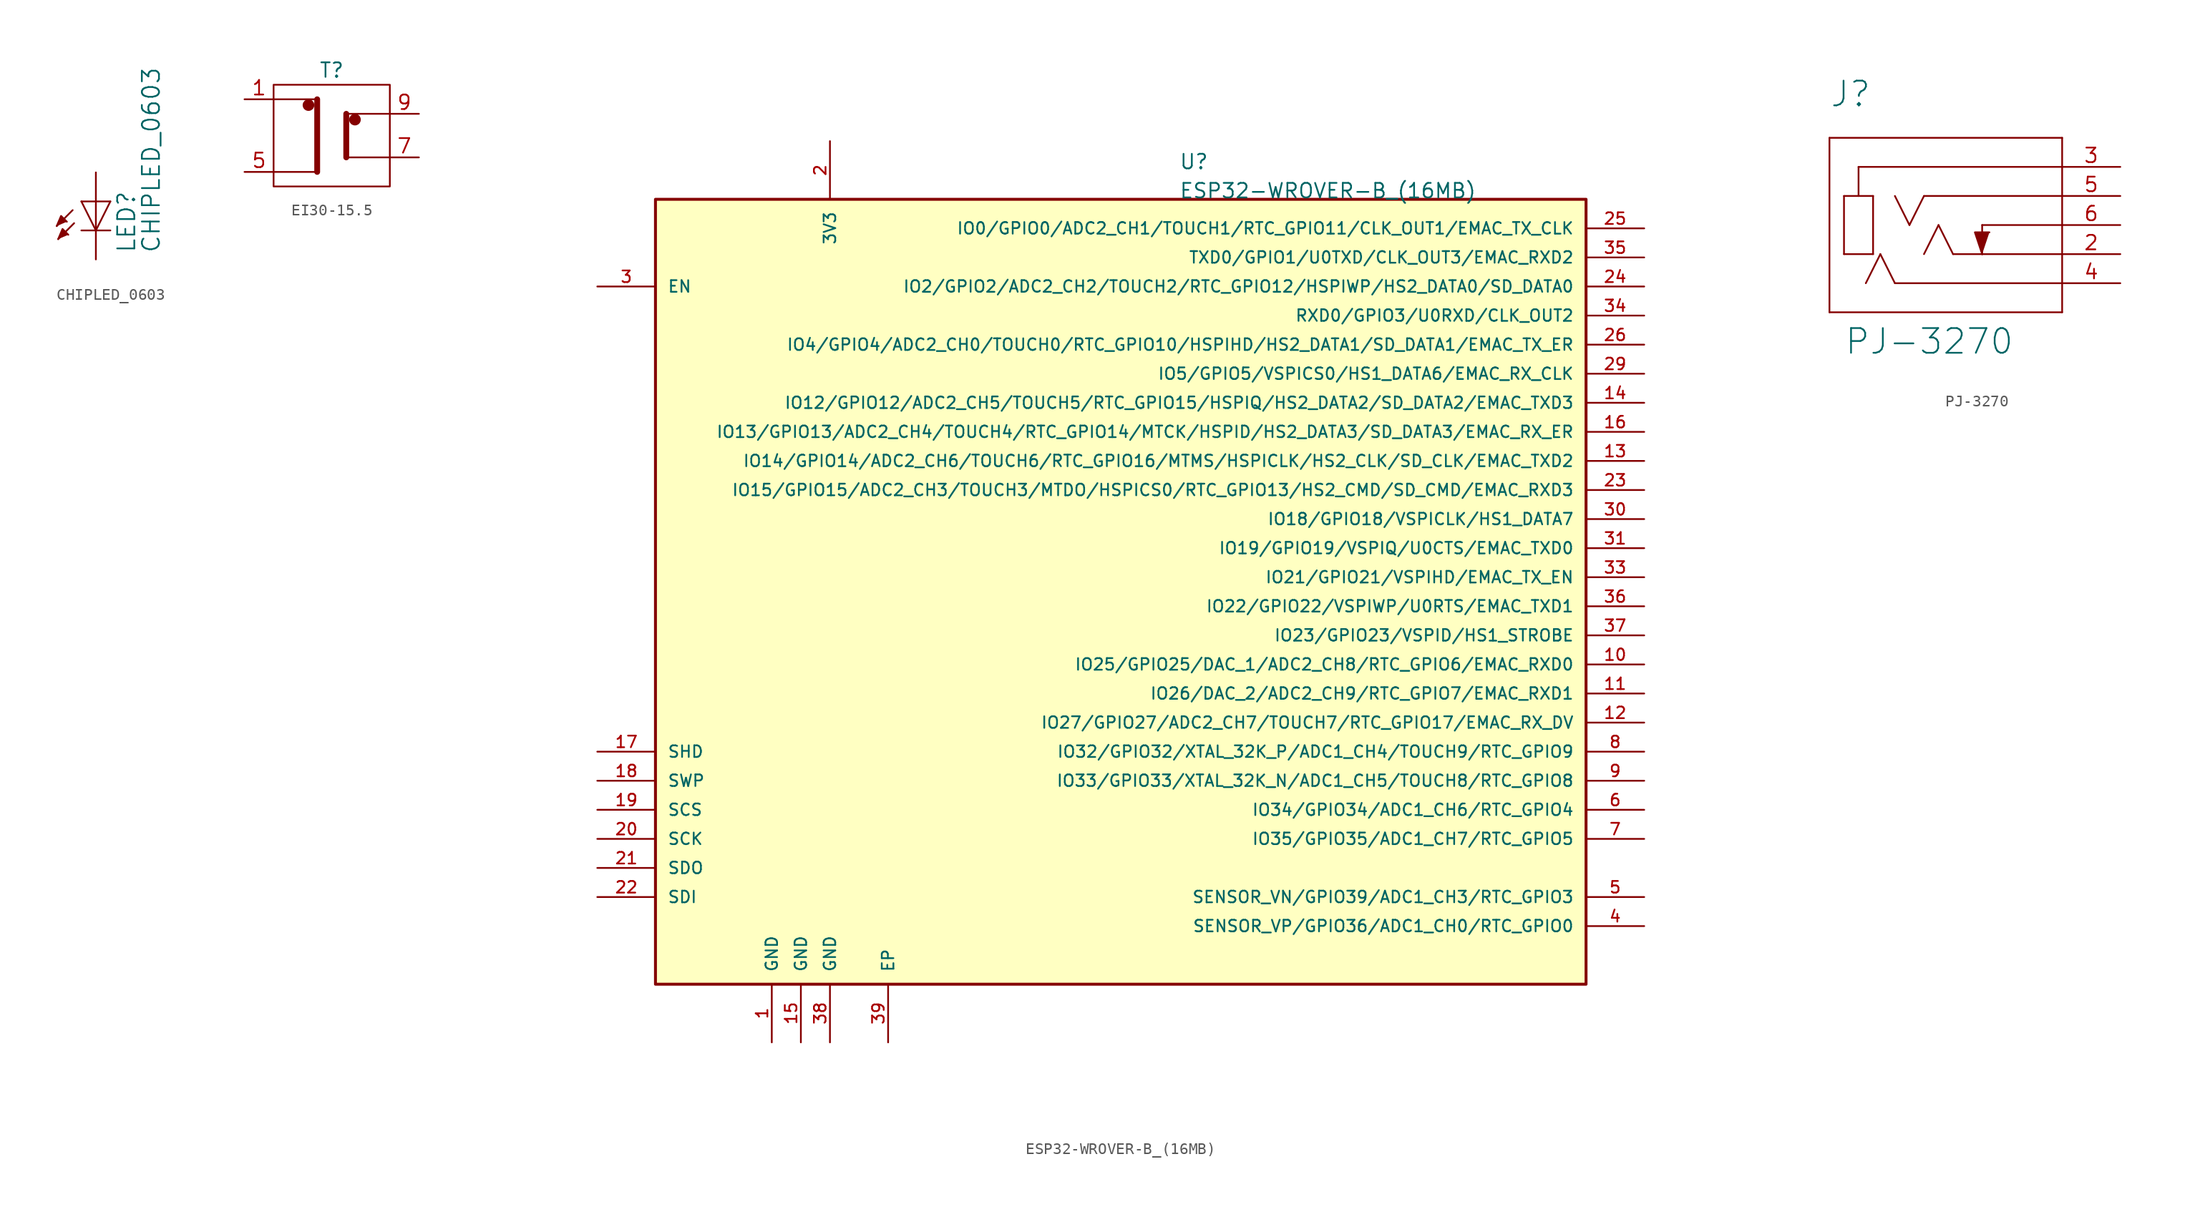
<source format=kicad_sym>
(kicad_symbol_lib
  (version 20220914)
  (generator kicad_symbol_editor)
  (symbol "CHIPLED_0603"
    (pin_names
      (offset 1.016))
    (property "Reference" "LED"
      (at 3.556 -4.572 90)
      (effects (font (size 1.499 1.499)) (justify left bottom)))
    (property "Value" "CHIPLED_0603"
      (at 5.715 -4.572 90)
      (effects (font (size 1.499 1.499)) (justify left bottom)))
    (symbol "CHIPLED_0603_1_0"
      (polyline (pts (xy -2.032 -0.762) (xy -3.429 -2.159)) (stroke (width 0) (type default)) (fill (type none)))
      (polyline (pts (xy -1.905 -1.905) (xy -3.302 -3.302)) (stroke (width 0) (type default)) (fill (type none)))
      (polyline (pts (xy 0 -2.54) (xy -1.27 -2.54)) (stroke (width 0) (type default)) (fill (type none)))
      (polyline (pts (xy 0 -2.54) (xy -1.27 0)) (stroke (width 0) (type default)) (fill (type none)))
      (polyline (pts (xy 0 0) (xy -1.27 0)) (stroke (width 0) (type default)) (fill (type none)))
      (polyline (pts (xy 0 0) (xy 0 -2.54)) (stroke (width 0) (type default)) (fill (type none)))
      (polyline (pts (xy 1.27 -2.54) (xy 0 -2.54)) (stroke (width 0) (type default)) (fill (type none)))
      (polyline (pts (xy 1.27 0) (xy 0 -2.54)) (stroke (width 0) (type default)) (fill (type none)))
      (polyline (pts (xy 1.27 0) (xy 0 0)) (stroke (width 0) (type default)) (fill (type none)))
      (polyline (pts (xy -3.429 -2.159) (xy -3.048 -1.27) (xy -2.54 -1.778)) (stroke (width 0) (type default)) (fill (type outline)))
      (polyline (pts (xy -3.302 -3.302) (xy -2.921 -2.413) (xy -2.413 -2.921)) (stroke (width 0) (type default)) (fill (type outline)))
      (pin passive line (at 0 2.54 270) (length 2.54) (name "A" (effects (font (size 0 0)))) (number "A" (effects (font (size 0 0)))))
      (pin passive line (at 0 -5.08 90) (length 2.54) (name "C" (effects (font (size 0 0)))) (number "C" (effects (font (size 0 0)))))))
  (symbol "EI30-15.5"
    (pin_names
      (offset 1.016))
    (property "Reference" "T"
      (at 0 2.54 0)
      (effects (font (size 1.27 1.27))))
    (symbol "EI30-15.5_0_1"
      (rectangle (start -5.08 -7.62) (end 5.08 1.27) (stroke (width 0) (type default)) (fill (type none)))
      (circle (center -2.032 -0.508) (radius 0.0001) (stroke (width 0.508) (type default)) (fill (type none)))
      (polyline (pts (xy -1.27 0) (xy -1.27 -6.35)) (stroke (width 0.508) (type default)) (fill (type none)))
      (polyline (pts (xy 1.27 -1.27) (xy 1.27 -5.08)) (stroke (width 0.508) (type default)) (fill (type none)))
      (polyline (pts (xy -5.08 0) (xy -1.27 0) (xy -1.27 -6.35) (xy -5.08 -6.35)) (stroke (width 0) (type default)) (fill (type none)))
      (polyline (pts (xy 5.08 -1.27) (xy 1.27 -1.27) (xy 1.27 -5.08) (xy 5.08 -5.08)) (stroke (width 0) (type default)) (fill (type none)))
      (circle (center 2.032 -1.778) (radius 0.0001) (stroke (width 0.508) (type default)) (fill (type none))))
    (symbol "EI30-15.5_1_1"
      (pin power_in line (at -7.62 0 0) (length 2.54) (name "~" (effects (font (size 1.27 1.27)))) (number "1" (effects (font (size 1.27 1.27)))))
      (pin power_in line (at -7.62 -6.35 0) (length 2.54) (name "~" (effects (font (size 1.27 1.27)))) (number "5" (effects (font (size 1.27 1.27)))))
      (pin power_out line (at 7.62 -5.08 180) (length 2.54) (name "~" (effects (font (size 1.27 1.27)))) (number "7" (effects (font (size 1.27 1.27)))))
      (pin power_out line (at 7.62 -1.27 180) (length 2.54) (name "~" (effects (font (size 1.27 1.27)))) (number "9" (effects (font (size 1.27 1.27)))))))
  (symbol "ESP32-WROVER-B_(16MB)"
    (pin_names
      (offset 1.016))
    (property "Reference" "U"
      (at 66.04 38.1 0)
      (effects (font (size 1.27 1.27)) (justify left bottom)))
    (property "Value" "ESP32-WROVER-B_(16MB)"
      (at 66.04 35.56 0)
      (effects (font (size 1.27 1.27)) (justify left bottom)))
    (symbol "ESP32-WROVER-B_(16MB)_0_0"
      (rectangle (start 20.32 35.56) (end 101.6 -33.02) (stroke (width 0.254) (type default)) (fill (type background)))
      (pin power_in line (at 30.48 -38.1 90) (length 5.08) (name "GND" (effects (font (size 1.016 1.016)))) (number "1" (effects (font (size 1.016 1.016)))))
      (pin bidirectional line (at 106.68 -5.08 180) (length 5.08) (name "IO25/GPIO25/DAC_1/ADC2_CH8/RTC_GPIO6/EMAC_RXD0" (effects (font (size 1.016 1.016)))) (number "10" (effects (font (size 1.016 1.016)))))
      (pin bidirectional line (at 106.68 -7.62 180) (length 5.08) (name "IO26/DAC_2/ADC2_CH9/RTC_GPIO7/EMAC_RXD1" (effects (font (size 1.016 1.016)))) (number "11" (effects (font (size 1.016 1.016)))))
      (pin bidirectional line (at 106.68 -10.16 180) (length 5.08) (name "IO27/GPIO27/ADC2_CH7/TOUCH7/RTC_GPIO17/EMAC_RX_DV" (effects (font (size 1.016 1.016)))) (number "12" (effects (font (size 1.016 1.016)))))
      (pin bidirectional line (at 106.68 12.7 180) (length 5.08) (name "IO14/GPIO14/ADC2_CH6/TOUCH6/RTC_GPIO16/MTMS/HSPICLK/HS2_CLK/SD_CLK/EMAC_TXD2" (effects (font (size 1.016 1.016)))) (number "13" (effects (font (size 1.016 1.016)))))
      (pin bidirectional line (at 106.68 17.78 180) (length 5.08) (name "IO12/GPIO12/ADC2_CH5/TOUCH5/RTC_GPIO15/HSPIQ/HS2_DATA2/SD_DATA2/EMAC_TXD3" (effects (font (size 1.016 1.016)))) (number "14" (effects (font (size 1.016 1.016)))))
      (pin power_in line (at 33.02 -38.1 90) (length 5.08) (name "GND" (effects (font (size 1.016 1.016)))) (number "15" (effects (font (size 1.016 1.016)))))
      (pin bidirectional line (at 106.68 15.24 180) (length 5.08) (name "IO13/GPIO13/ADC2_CH4/TOUCH4/RTC_GPIO14/MTCK/HSPID/HS2_DATA3/SD_DATA3/EMAC_RX_ER" (effects (font (size 1.016 1.016)))) (number "16" (effects (font (size 1.016 1.016)))))
      (pin bidirectional line (at 15.24 -12.7 0) (length 5.08) (name "SHD" (effects (font (size 1.016 1.016)))) (number "17" (effects (font (size 1.016 1.016)))))
      (pin bidirectional line (at 15.24 -15.24 0) (length 5.08) (name "SWP" (effects (font (size 1.016 1.016)))) (number "18" (effects (font (size 1.016 1.016)))))
      (pin bidirectional line (at 15.24 -17.78 0) (length 5.08) (name "SCS" (effects (font (size 1.016 1.016)))) (number "19" (effects (font (size 1.016 1.016)))))
      (pin power_in line (at 35.56 40.64 270) (length 5.08) (name "3V3" (effects (font (size 1.016 1.016)))) (number "2" (effects (font (size 1.016 1.016)))))
      (pin bidirectional line (at 15.24 -20.32 0) (length 5.08) (name "SCK" (effects (font (size 1.016 1.016)))) (number "20" (effects (font (size 1.016 1.016)))))
      (pin bidirectional line (at 15.24 -22.86 0) (length 5.08) (name "SDO" (effects (font (size 1.016 1.016)))) (number "21" (effects (font (size 1.016 1.016)))))
      (pin bidirectional line (at 15.24 -25.4 0) (length 5.08) (name "SDI" (effects (font (size 1.016 1.016)))) (number "22" (effects (font (size 1.016 1.016)))))
      (pin bidirectional line (at 106.68 10.16 180) (length 5.08) (name "IO15/GPIO15/ADC2_CH3/TOUCH3/MTDO/HSPICS0/RTC_GPIO13/HS2_CMD/SD_CMD/EMAC_RXD3" (effects (font (size 1.016 1.016)))) (number "23" (effects (font (size 1.016 1.016)))))
      (pin bidirectional line (at 106.68 27.94 180) (length 5.08) (name "IO2/GPIO2/ADC2_CH2/TOUCH2/RTC_GPIO12/HSPIWP/HS2_DATA0/SD_DATA0" (effects (font (size 1.016 1.016)))) (number "24" (effects (font (size 1.016 1.016)))))
      (pin bidirectional line (at 106.68 33.02 180) (length 5.08) (name "IO0/GPIO0/ADC2_CH1/TOUCH1/RTC_GPIO11/CLK_OUT1/EMAC_TX_CLK" (effects (font (size 1.016 1.016)))) (number "25" (effects (font (size 1.016 1.016)))))
      (pin bidirectional line (at 106.68 22.86 180) (length 5.08) (name "IO4/GPIO4/ADC2_CH0/TOUCH0/RTC_GPIO10/HSPIHD/HS2_DATA1/SD_DATA1/EMAC_TX_ER" (effects (font (size 1.016 1.016)))) (number "26" (effects (font (size 1.016 1.016)))))
      (pin bidirectional line (at 106.68 20.32 180) (length 5.08) (name "IO5/GPIO5/VSPICS0/HS1_DATA6/EMAC_RX_CLK" (effects (font (size 1.016 1.016)))) (number "29" (effects (font (size 1.016 1.016)))))
      (pin input line (at 15.24 27.94 0) (length 5.08) (name "EN" (effects (font (size 1.016 1.016)))) (number "3" (effects (font (size 1.016 1.016)))))
      (pin bidirectional line (at 106.68 7.62 180) (length 5.08) (name "IO18/GPIO18/VSPICLK/HS1_DATA7" (effects (font (size 1.016 1.016)))) (number "30" (effects (font (size 1.016 1.016)))))
      (pin bidirectional line (at 106.68 5.08 180) (length 5.08) (name "IO19/GPIO19/VSPIQ/U0CTS/EMAC_TXD0" (effects (font (size 1.016 1.016)))) (number "31" (effects (font (size 1.016 1.016)))))
      (pin bidirectional line (at 106.68 2.54 180) (length 5.08) (name "IO21/GPIO21/VSPIHD/EMAC_TX_EN" (effects (font (size 1.016 1.016)))) (number "33" (effects (font (size 1.016 1.016)))))
      (pin bidirectional line (at 106.68 25.4 180) (length 5.08) (name "RXD0/GPIO3/U0RXD/CLK_OUT2" (effects (font (size 1.016 1.016)))) (number "34" (effects (font (size 1.016 1.016)))))
      (pin bidirectional line (at 106.68 30.48 180) (length 5.08) (name "TXD0/GPIO1/U0TXD/CLK_OUT3/EMAC_RXD2" (effects (font (size 1.016 1.016)))) (number "35" (effects (font (size 1.016 1.016)))))
      (pin bidirectional line (at 106.68 0 180) (length 5.08) (name "IO22/GPIO22/VSPIWP/U0RTS/EMAC_TXD1" (effects (font (size 1.016 1.016)))) (number "36" (effects (font (size 1.016 1.016)))))
      (pin bidirectional line (at 106.68 -2.54 180) (length 5.08) (name "IO23/GPIO23/VSPID/HS1_STROBE" (effects (font (size 1.016 1.016)))) (number "37" (effects (font (size 1.016 1.016)))))
      (pin power_in line (at 35.56 -38.1 90) (length 5.08) (name "GND" (effects (font (size 1.016 1.016)))) (number "38" (effects (font (size 1.016 1.016)))))
      (pin power_in line (at 40.64 -38.1 90) (length 5.08) (name "EP" (effects (font (size 1.016 1.016)))) (number "39" (effects (font (size 1.016 1.016)))))
      (pin bidirectional line (at 106.68 -27.94 180) (length 5.08) (name "SENSOR_VP/GPIO36/ADC1_CH0/RTC_GPIO0" (effects (font (size 1.016 1.016)))) (number "4" (effects (font (size 1.016 1.016)))))
      (pin bidirectional line (at 106.68 -25.4 180) (length 5.08) (name "SENSOR_VN/GPIO39/ADC1_CH3/RTC_GPIO3" (effects (font (size 1.016 1.016)))) (number "5" (effects (font (size 1.016 1.016)))))
      (pin bidirectional line (at 106.68 -17.78 180) (length 5.08) (name "IO34/GPIO34/ADC1_CH6/RTC_GPIO4" (effects (font (size 1.016 1.016)))) (number "6" (effects (font (size 1.016 1.016)))))
      (pin bidirectional line (at 106.68 -20.32 180) (length 5.08) (name "IO35/GPIO35/ADC1_CH7/RTC_GPIO5" (effects (font (size 1.016 1.016)))) (number "7" (effects (font (size 1.016 1.016)))))
      (pin bidirectional line (at 106.68 -12.7 180) (length 5.08) (name "IO32/GPIO32/XTAL_32K_P/ADC1_CH4/TOUCH9/RTC_GPIO9" (effects (font (size 1.016 1.016)))) (number "8" (effects (font (size 1.016 1.016)))))
      (pin bidirectional line (at 106.68 -15.24 180) (length 5.08) (name "IO33/GPIO33/XTAL_32K_N/ADC1_CH5/TOUCH8/RTC_GPIO8" (effects (font (size 1.016 1.016)))) (number "9" (effects (font (size 1.016 1.016)))))))
  (symbol "PJ-3270"
    (pin_names
      (offset 1.016))
    (property "Reference" "J"
      (at -10.16 10.185 0)
      (effects (font (size 2.159 2.159)) (justify left bottom)))
    (property "Value" "PJ-3270"
      (at -8.89 -11.43 0)
      (effects (font (size 2.159 2.159)) (justify left bottom)))
    (symbol "PJ-3270_1_0"
      (polyline (pts (xy -10.16 -7.62) (xy 10.16 -7.62)) (stroke (width 0) (type default)) (fill (type none)))
      (polyline (pts (xy -10.16 7.62) (xy -10.16 -7.62)) (stroke (width 0) (type default)) (fill (type none)))
      (polyline (pts (xy -8.89 -2.54) (xy -8.89 2.54)) (stroke (width 0) (type default)) (fill (type none)))
      (polyline (pts (xy -8.89 2.54) (xy -7.62 2.54)) (stroke (width 0) (type default)) (fill (type none)))
      (polyline (pts (xy -7.62 2.54) (xy -6.35 2.54)) (stroke (width 0) (type default)) (fill (type none)))
      (polyline (pts (xy -7.62 5.08) (xy -7.62 2.54)) (stroke (width 0) (type default)) (fill (type none)))
      (polyline (pts (xy -6.35 -2.54) (xy -8.89 -2.54)) (stroke (width 0) (type default)) (fill (type none)))
      (polyline (pts (xy -6.35 2.54) (xy -6.35 -2.54)) (stroke (width 0) (type default)) (fill (type none)))
      (polyline (pts (xy -3.175 0) (xy -4.445 2.54)) (stroke (width 0) (type default)) (fill (type none)))
      (polyline (pts (xy -1.905 2.54) (xy -3.175 0)) (stroke (width 0) (type default)) (fill (type none)))
      (polyline (pts (xy -0.635 0) (xy -1.905 -2.54)) (stroke (width 0) (type default)) (fill (type none)))
      (polyline (pts (xy 0.635 -2.54) (xy -0.635 0)) (stroke (width 0) (type default)) (fill (type none)))
      (polyline (pts (xy 3.175 -2.54) (xy 0.635 -2.54)) (stroke (width 0) (type default)) (fill (type none)))
      (polyline (pts (xy 3.175 0) (xy 3.175 -2.54)) (stroke (width 0) (type default)) (fill (type none)))
      (polyline (pts (xy 10.16 -7.62) (xy 10.16 -2.54)) (stroke (width 0) (type default)) (fill (type none)))
      (polyline (pts (xy 10.16 -2.54) (xy 3.175 -2.54)) (stroke (width 0) (type default)) (fill (type none)))
      (polyline (pts (xy 10.16 -2.54) (xy 10.16 0)) (stroke (width 0) (type default)) (fill (type none)))
      (polyline (pts (xy 10.16 0) (xy 3.175 0)) (stroke (width 0) (type default)) (fill (type none)))
      (polyline (pts (xy 10.16 0) (xy 10.16 2.54)) (stroke (width 0) (type default)) (fill (type none)))
      (polyline (pts (xy 10.16 2.54) (xy -1.905 2.54)) (stroke (width 0) (type default)) (fill (type none)))
      (polyline (pts (xy 10.16 2.54) (xy 10.16 5.08)) (stroke (width 0) (type default)) (fill (type none)))
      (polyline (pts (xy 10.16 5.08) (xy -7.62 5.08)) (stroke (width 0) (type default)) (fill (type none)))
      (polyline (pts (xy 10.16 5.08) (xy 10.16 7.62)) (stroke (width 0) (type default)) (fill (type none)))
      (polyline (pts (xy 10.16 7.62) (xy -10.16 7.62)) (stroke (width 0) (type default)) (fill (type none)))
      (polyline (pts (xy 3.175 -2.54) (xy 2.54 -0.635) (xy 3.81 -0.635)) (stroke (width 0) (type default)) (fill (type outline)))
      (pin passive line (at 15.24 -2.54 180) (length 5.08) (name "TIP" (effects (font (size 0 0)))) (number "2" (effects (font (size 1.27 1.27)))))
      (pin passive line (at 15.24 5.08 180) (length 5.08) (name "SLEEVE" (effects (font (size 0 0)))) (number "3" (effects (font (size 1.27 1.27)))))
      (pin passive line (at 15.24 2.54 180) (length 5.08) (name "RING" (effects (font (size 0 0)))) (number "5" (effects (font (size 1.27 1.27)))))
      (pin passive line (at 15.24 0 180) (length 5.08) (name "TIP_SWITCH" (effects (font (size 0 0)))) (number "6" (effects (font (size 1.27 1.27))))))
    (symbol "PJ-3270_1_1"
      (polyline (pts (xy -5.715 -2.54) (xy -6.985 -5.08)) (stroke (width 0) (type default)) (fill (type none)))
      (polyline (pts (xy -4.445 -5.08) (xy -5.715 -2.54)) (stroke (width 0) (type default)) (fill (type none)))
      (polyline (pts (xy 10.16 -5.08) (xy -4.445 -5.08)) (stroke (width 0) (type default)) (fill (type none)))
      (pin passive line (at 15.24 -5.08 180) (length 5.08) (name "MIC" (effects (font (size 0 0)))) (number "4" (effects (font (size 1.27 1.27))))))))
</source>
